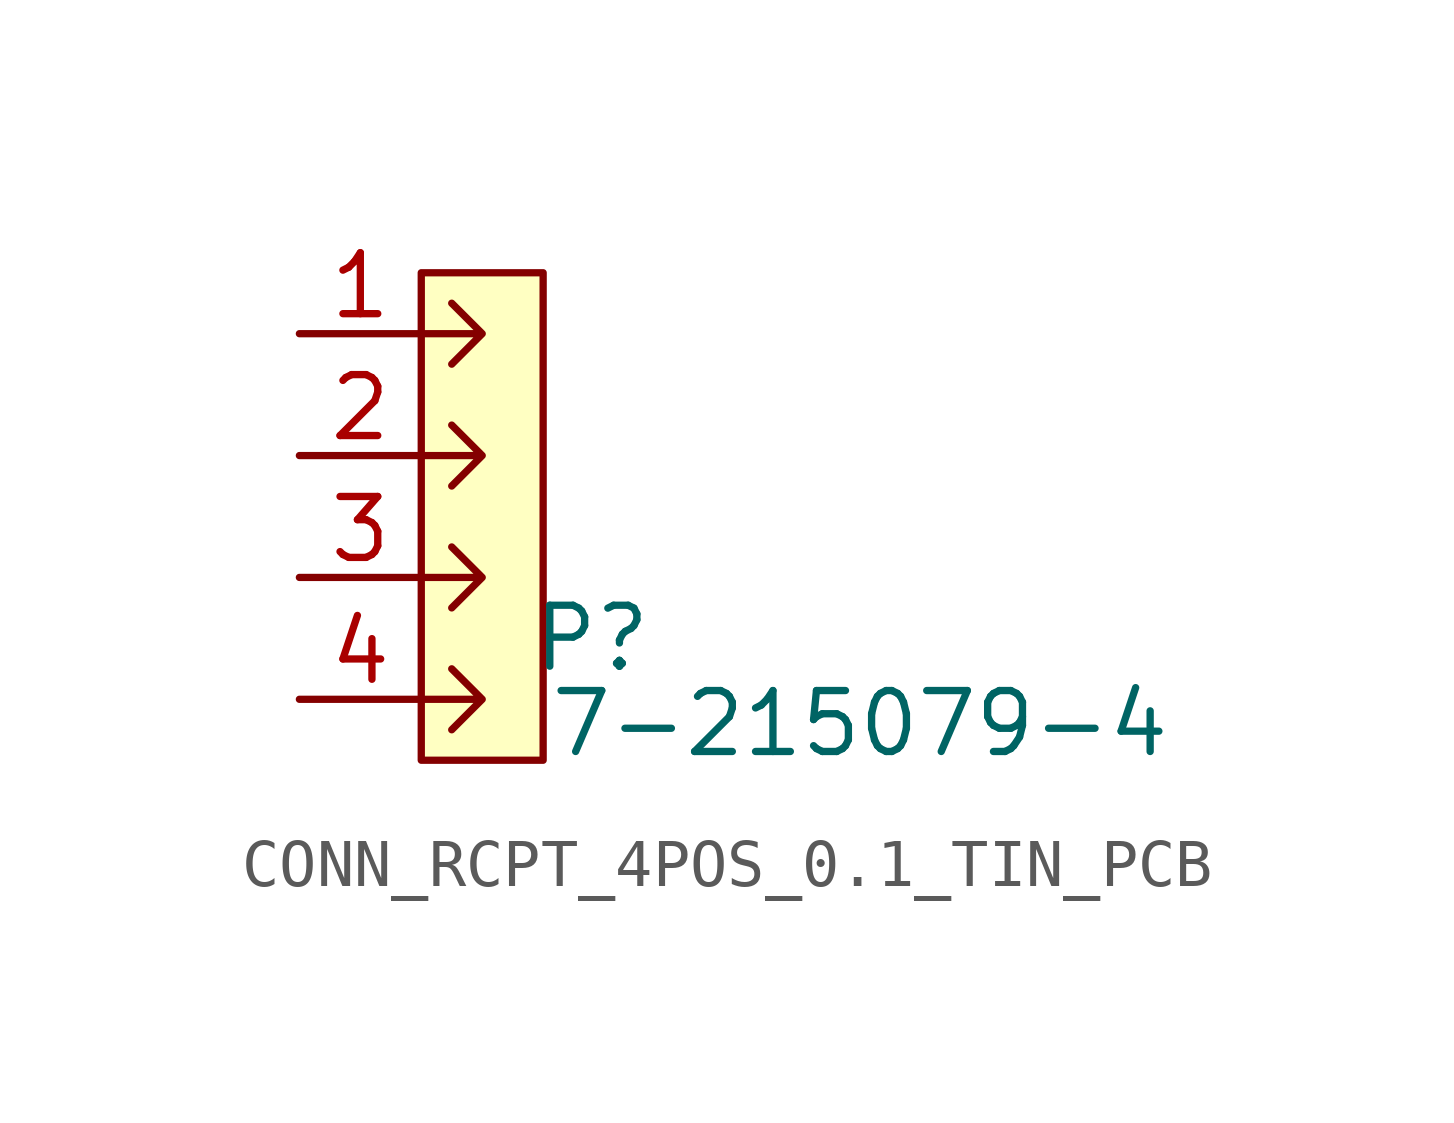
<source format=kicad_sym>
(kicad_symbol_lib
  (version 20241209)
  (generator "kicad_symbol_editor")
  (generator_version "9.0")
  (symbol "CONN_RCPT_4POS_0.1_TIN_PCB"
    (pin_names
      (hide yes))
    (property "Reference" "P"
      (at 2.286 -2.54 0)
      (effects (font (size 1.27 1.27))))
    (property "Value" "7-215079-4"
      (at 7.874 -4.318 0)
      (effects (font (size 1.27 1.27))))
    (symbol "CONN_RCPT_4POS_0.1_TIN_PCB_0_1"
      (polyline (pts (xy -1.27 3.81) (xy 0 3.81) (xy -0.635 4.445) (xy 0 3.81) (xy -0.635 3.175)) (stroke (width 0) (type default)) (fill (type none)))
      (polyline (pts (xy -1.27 1.27) (xy 0 1.27) (xy -0.635 1.905) (xy 0 1.27) (xy -0.635 0.635)) (stroke (width 0) (type default)) (fill (type none)))
      (polyline (pts (xy -1.27 -1.27) (xy 0 -1.27) (xy -0.635 -0.635) (xy 0 -1.27) (xy -0.635 -1.905)) (stroke (width 0) (type default)) (fill (type none)))
      (polyline (pts (xy -1.27 -3.81) (xy 0 -3.81) (xy -0.635 -3.175) (xy 0 -3.81) (xy -0.635 -4.445)) (stroke (width 0) (type default)) (fill (type none))))
    (symbol "CONN_RCPT_4POS_0.1_TIN_PCB_1_1"
      (polyline (pts (xy -1.27 5.08) (xy 1.27 5.08) (xy 1.27 -5.08) (xy -1.27 -5.08) (xy -1.27 5.08)) (stroke (width 0) (type solid)) (fill (type background)))
      (pin passive line (at -3.81 3.81 0) (length 2.54) (name "" (effects (font (size 1.27 1.27)))) (number "1" (effects (font (size 1.27 1.27)))))
      (pin passive line (at -3.81 1.27 0) (length 2.54) (name "" (effects (font (size 1.27 1.27)))) (number "2" (effects (font (size 1.27 1.27)))))
      (pin passive line (at -3.81 -1.27 0) (length 2.54) (name "" (effects (font (size 1.27 1.27)))) (number "3" (effects (font (size 1.27 1.27)))))
      (pin passive line (at -3.81 -3.81 0) (length 2.54) (name "" (effects (font (size 1.27 1.27)))) (number "4" (effects (font (size 1.27 1.27))))))))
</source>
